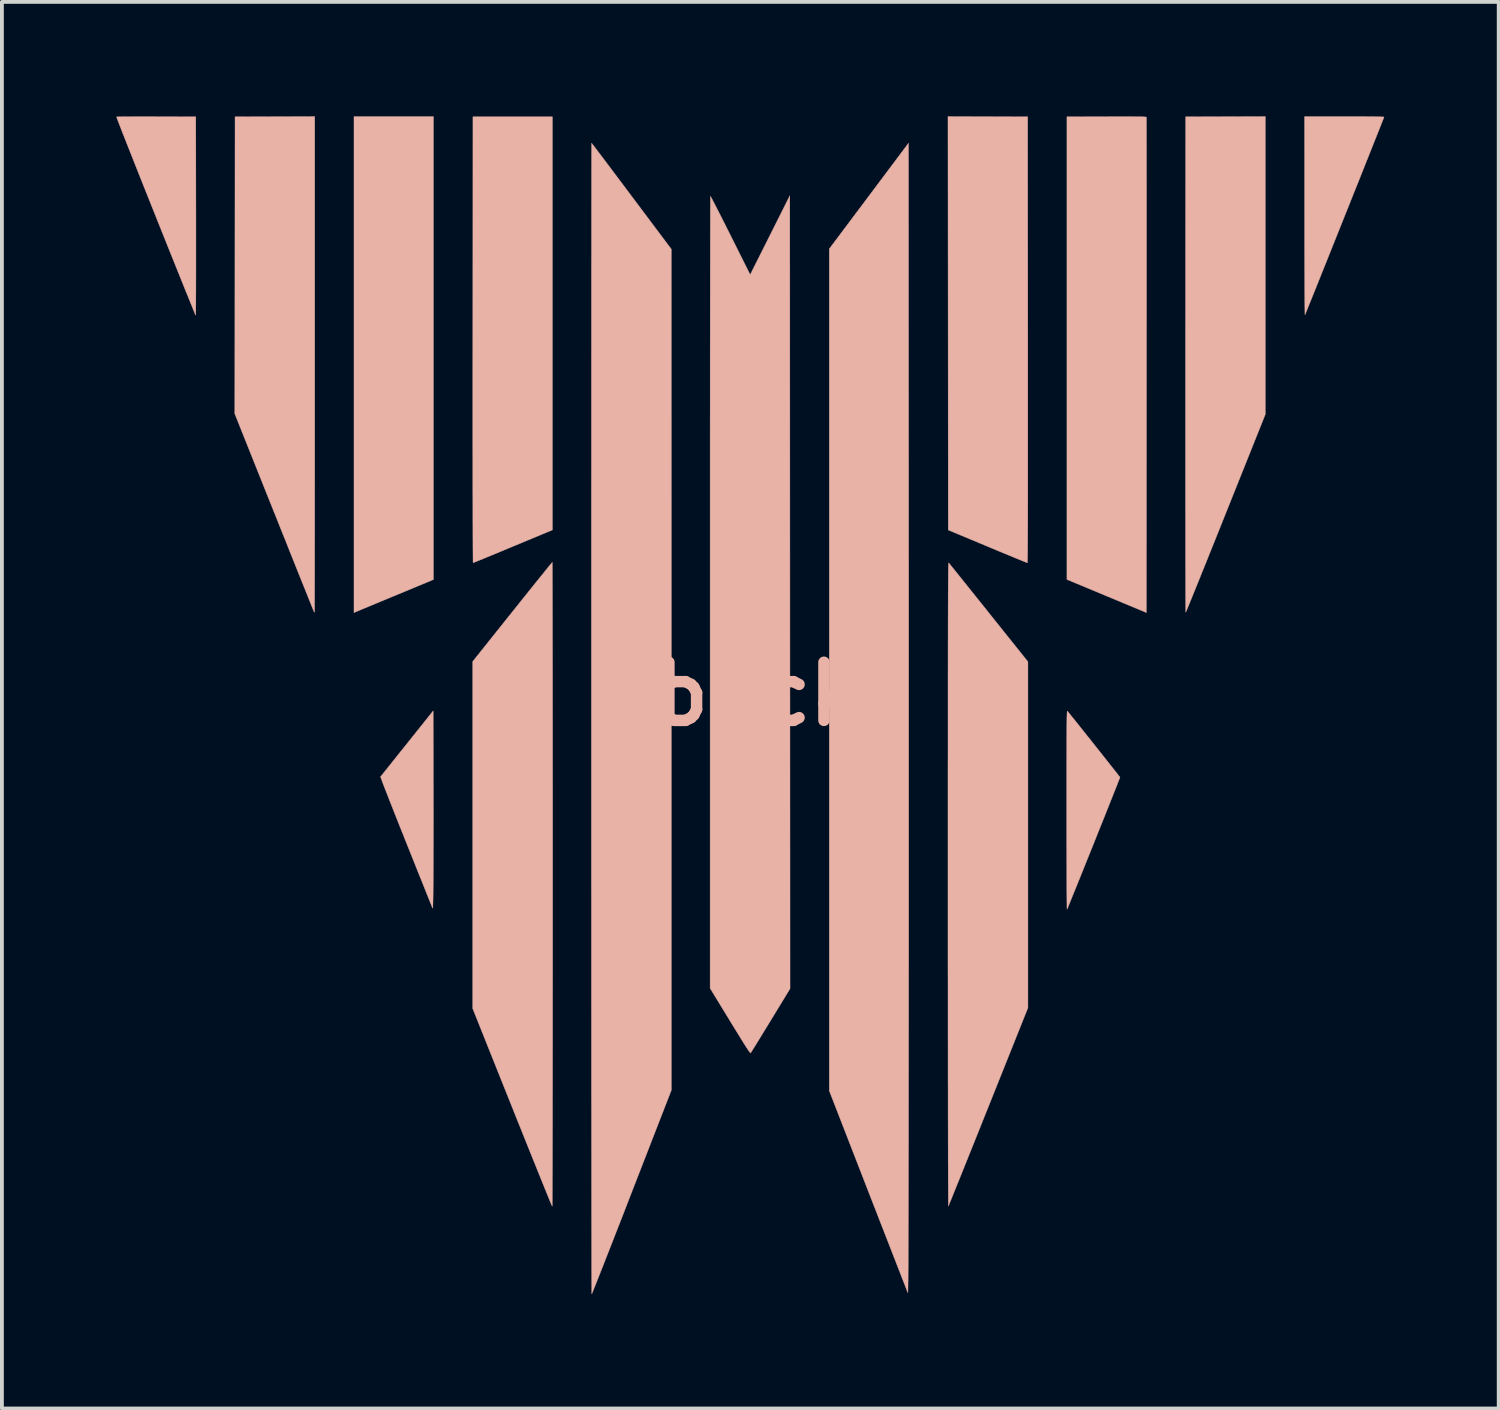
<source format=kicad_pcb>
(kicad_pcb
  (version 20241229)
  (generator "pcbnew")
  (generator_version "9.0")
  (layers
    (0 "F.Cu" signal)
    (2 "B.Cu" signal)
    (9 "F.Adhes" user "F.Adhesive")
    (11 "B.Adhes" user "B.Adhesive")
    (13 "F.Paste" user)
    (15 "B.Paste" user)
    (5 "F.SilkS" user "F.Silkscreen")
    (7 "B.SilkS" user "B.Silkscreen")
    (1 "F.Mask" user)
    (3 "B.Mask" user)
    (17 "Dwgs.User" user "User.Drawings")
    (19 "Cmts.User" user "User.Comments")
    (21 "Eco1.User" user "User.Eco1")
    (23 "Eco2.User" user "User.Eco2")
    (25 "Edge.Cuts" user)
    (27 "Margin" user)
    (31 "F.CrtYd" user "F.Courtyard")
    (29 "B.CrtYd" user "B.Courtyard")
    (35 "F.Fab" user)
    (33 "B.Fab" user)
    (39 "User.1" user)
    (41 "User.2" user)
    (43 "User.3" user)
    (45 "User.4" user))
  (footprint "back"
    (layer "F.Cu")
    (at 16.77 15.144)
    (property "Reference" "back" (at 0 0 0) (layer "B.SilkS") (effects (font (size 1.524 1.524) (thickness 0.3))))
    (attr through_hole)
    (fp_poly (pts (xy -8.458 -3.002) (xy -9.401 -2.61) (xy -9.551 -2.548) (xy -9.695 -2.488) (xy -9.833 -2.431) (xy -9.962 -2.377) (xy -10.08 -2.328) (xy -10.185 -2.284) (xy -10.275 -2.247) (xy -10.349 -2.216) (xy -10.403 -2.193) (xy -10.437 -2.179) (xy -10.443 -2.177) (xy -10.541 -2.135) (xy -10.541 -15.138) (xy -8.458 -15.138) (xy -8.458 -3.002)) (stroke (width 0.01) (type solid)) (fill yes) (layer "B.SilkS"))
    (fp_poly (pts (xy -5.34 -4.302) (xy -6.374 -3.872) (xy -6.528 -3.808) (xy -6.675 -3.747) (xy -6.813 -3.689) (xy -6.942 -3.636) (xy -7.059 -3.588) (xy -7.162 -3.545) (xy -7.251 -3.509) (xy -7.322 -3.48) (xy -7.375 -3.459) (xy -7.408 -3.446) (xy -7.419 -3.442) (xy -7.419 -3.454) (xy -7.42 -3.491) (xy -7.421 -3.553) (xy -7.421 -3.637) (xy -7.422 -3.744) (xy -7.423 -3.872) (xy -7.423 -4.021) (xy -7.424 -4.19) (xy -7.424 -4.379) (xy -7.425 -4.586) (xy -7.425 -4.812) (xy -7.425 -5.054) (xy -7.426 -5.313) (xy -7.426 -5.587) (xy -7.426 -5.877) (xy -7.426 -6.18) (xy -7.427 -6.497) (xy -7.427 -6.826) (xy -7.427 -7.168) (xy -7.427 -7.52) (xy -7.427 -7.883) (xy -7.427 -8.255) (xy -7.427 -8.637) (xy -7.426 -9.026) (xy -7.426 -9.287) (xy -7.423 -15.132) (xy -5.34 -15.132) (xy -5.34 -4.302)) (stroke (width 0.01) (type solid)) (fill yes) (layer "B.SilkS"))
    (fp_poly (pts (xy 7.118 -15.132) (xy 7.122 -9.287) (xy 7.122 -8.812) (xy 7.122 -8.362) (xy 7.122 -7.936) (xy 7.122 -7.534) (xy 7.122 -7.155) (xy 7.122 -6.798) (xy 7.122 -6.463) (xy 7.122 -6.149) (xy 7.122 -5.857) (xy 7.122 -5.584) (xy 7.122 -5.331) (xy 7.122 -5.096) (xy 7.121 -4.88) (xy 7.121 -4.682) (xy 7.121 -4.501) (xy 7.12 -4.337) (xy 7.12 -4.188) (xy 7.119 -4.055) (xy 7.118 -3.937) (xy 7.118 -3.833) (xy 7.117 -3.743) (xy 7.116 -3.666) (xy 7.115 -3.601) (xy 7.114 -3.549) (xy 7.113 -3.507) (xy 7.112 -3.476) (xy 7.111 -3.456) (xy 7.11 -3.444) (xy 7.109 -3.442) (xy 7.095 -3.447) (xy 7.059 -3.461) (xy 7.004 -3.483) (xy 6.93 -3.513) (xy 6.839 -3.55) (xy 6.734 -3.594) (xy 6.616 -3.643) (xy 6.486 -3.696) (xy 6.346 -3.754) (xy 6.198 -3.816) (xy 6.064 -3.872) (xy 5.036 -4.301) (xy 5.029 -15.139) (xy 7.118 -15.132)) (stroke (width 0.01) (type solid)) (fill yes) (layer "B.SilkS"))
    (fp_poly (pts (xy 9.822 -15.136) (xy 9.928 -15.135) (xy 10.016 -15.135) (xy 10.086 -15.134) (xy 10.141 -15.132) (xy 10.181 -15.13) (xy 10.209 -15.128) (xy 10.225 -15.126) (xy 10.23 -15.123) (xy 10.231 -15.109) (xy 10.231 -15.071) (xy 10.231 -15.009) (xy 10.232 -14.923) (xy 10.232 -14.816) (xy 10.232 -14.687) (xy 10.232 -14.536) (xy 10.233 -14.366) (xy 10.233 -14.177) (xy 10.233 -13.968) (xy 10.233 -13.742) (xy 10.233 -13.499) (xy 10.234 -13.24) (xy 10.234 -12.965) (xy 10.234 -12.675) (xy 10.234 -12.371) (xy 10.234 -12.053) (xy 10.234 -11.724) (xy 10.234 -11.382) (xy 10.234 -11.029) (xy 10.234 -10.666) (xy 10.234 -10.293) (xy 10.234 -9.912) (xy 10.233 -9.523) (xy 10.233 -9.126) (xy 10.233 -8.723) (xy 10.233 -8.621) (xy 10.23 -2.136) (xy 9.188 -2.57) (xy 8.147 -3.004) (xy 8.147 -15.132) (xy 9.186 -15.135) (xy 9.379 -15.136) (xy 9.549 -15.136) (xy 9.696 -15.136) (xy 9.822 -15.136)) (stroke (width 0.01) (type solid)) (fill yes) (layer "B.SilkS"))
    (fp_poly (pts (xy 13.348 -7.334) (xy 12.31 -4.74) (xy 12.212 -4.495) (xy 12.116 -4.255) (xy 12.023 -4.023) (xy 11.933 -3.8) (xy 11.847 -3.586) (xy 11.766 -3.383) (xy 11.688 -3.191) (xy 11.616 -3.012) (xy 11.549 -2.846) (xy 11.488 -2.696) (xy 11.434 -2.561) (xy 11.386 -2.444) (xy 11.345 -2.344) (xy 11.312 -2.263) (xy 11.287 -2.203) (xy 11.271 -2.164) (xy 11.263 -2.147) (xy 11.262 -2.146) (xy 11.262 -2.159) (xy 11.261 -2.196) (xy 11.261 -2.257) (xy 11.26 -2.341) (xy 11.259 -2.448) (xy 11.259 -2.576) (xy 11.258 -2.726) (xy 11.258 -2.895) (xy 11.258 -3.084) (xy 11.257 -3.291) (xy 11.257 -3.516) (xy 11.256 -3.759) (xy 11.256 -4.017) (xy 11.256 -4.292) (xy 11.256 -4.581) (xy 11.255 -4.884) (xy 11.255 -5.201) (xy 11.255 -5.53) (xy 11.255 -5.871) (xy 11.255 -6.224) (xy 11.255 -6.586) (xy 11.255 -6.959) (xy 11.255 -7.34) (xy 11.255 -7.729) (xy 11.255 -8.126) (xy 11.255 -8.529) (xy 11.255 -8.639) (xy 11.259 -15.132) (xy 13.348 -15.139) (xy 13.348 -7.334)) (stroke (width 0.01) (type solid)) (fill yes) (layer "B.SilkS"))
    (fp_poly (pts (xy -11.57 -8.642) (xy -11.57 -8.237) (xy -11.57 -7.839) (xy -11.57 -7.448) (xy -11.57 -7.064) (xy -11.57 -6.689) (xy -11.57 -6.324) (xy -11.57 -5.968) (xy -11.57 -5.624) (xy -11.571 -5.291) (xy -11.571 -4.971) (xy -11.571 -4.664) (xy -11.571 -4.371) (xy -11.571 -4.092) (xy -11.572 -3.829) (xy -11.572 -3.582) (xy -11.572 -3.352) (xy -11.572 -3.139) (xy -11.573 -2.945) (xy -11.573 -2.771) (xy -11.573 -2.616) (xy -11.574 -2.482) (xy -11.574 -2.369) (xy -11.574 -2.278) (xy -11.575 -2.211) (xy -11.575 -2.167) (xy -11.576 -2.147) (xy -11.576 -2.146) (xy -11.585 -2.156) (xy -11.593 -2.169) (xy -11.598 -2.182) (xy -11.613 -2.219) (xy -11.636 -2.276) (xy -11.668 -2.354) (xy -11.707 -2.452) (xy -11.753 -2.567) (xy -11.806 -2.7) (xy -11.866 -2.848) (xy -11.932 -3.012) (xy -12.003 -3.189) (xy -12.079 -3.379) (xy -12.16 -3.581) (xy -12.245 -3.794) (xy -12.333 -4.016) (xy -12.426 -4.247) (xy -12.521 -4.484) (xy -12.618 -4.729) (xy -12.635 -4.769) (xy -13.665 -7.347) (xy -13.659 -15.132) (xy -11.57 -15.139) (xy -11.57 -8.642)) (stroke (width 0.01) (type solid)) (fill yes) (layer "B.SilkS"))
    (fp_poly (pts (xy -8.461 1.745) (xy -8.461 2.095) (xy -8.46 2.433) (xy -8.46 2.758) (xy -8.459 3.069) (xy -8.459 3.366) (xy -8.46 3.648) (xy -8.46 3.914) (xy -8.461 4.163) (xy -8.461 4.395) (xy -8.462 4.609) (xy -8.463 4.805) (xy -8.464 4.981) (xy -8.466 5.137) (xy -8.467 5.272) (xy -8.469 5.386) (xy -8.471 5.478) (xy -8.473 5.547) (xy -8.475 5.592) (xy -8.478 5.613) (xy -8.479 5.613) (xy -8.485 5.598) (xy -8.501 5.561) (xy -8.524 5.502) (xy -8.556 5.424) (xy -8.594 5.328) (xy -8.64 5.215) (xy -8.691 5.086) (xy -8.748 4.944) (xy -8.811 4.788) (xy -8.878 4.621) (xy -8.949 4.444) (xy -9.023 4.258) (xy -9.1 4.065) (xy -9.174 3.881) (xy -9.262 3.66) (xy -9.346 3.451) (xy -9.424 3.254) (xy -9.497 3.069) (xy -9.564 2.899) (xy -9.625 2.744) (xy -9.679 2.605) (xy -9.727 2.484) (xy -9.767 2.38) (xy -9.799 2.296) (xy -9.822 2.232) (xy -9.838 2.189) (xy -9.844 2.168) (xy -9.844 2.166) (xy -9.835 2.154) (xy -9.811 2.124) (xy -9.773 2.077) (xy -9.723 2.015) (xy -9.662 1.938) (xy -9.591 1.849) (xy -9.511 1.749) (xy -9.423 1.639) (xy -9.329 1.521) (xy -9.229 1.397) (xy -9.149 1.296) (xy -8.465 0.44) (xy -8.461 1.745)) (stroke (width 0.01) (type solid)) (fill yes) (layer "B.SilkS"))
    (fp_poly (pts (xy -15.955 -15.136) (xy -15.799 -15.136) (xy -15.722 -15.135) (xy -14.688 -15.132) (xy -14.684 -12.532) (xy -14.684 -12.277) (xy -14.684 -12.028) (xy -14.684 -11.788) (xy -14.684 -11.557) (xy -14.684 -11.337) (xy -14.684 -11.128) (xy -14.684 -10.932) (xy -14.685 -10.749) (xy -14.685 -10.582) (xy -14.686 -10.431) (xy -14.686 -10.298) (xy -14.687 -10.184) (xy -14.688 -10.089) (xy -14.688 -10.016) (xy -14.689 -9.964) (xy -14.69 -9.937) (xy -14.691 -9.932) (xy -14.696 -9.943) (xy -14.711 -9.977) (xy -14.734 -10.033) (xy -14.765 -10.109) (xy -14.804 -10.204) (xy -14.85 -10.318) (xy -14.903 -10.449) (xy -14.963 -10.596) (xy -15.028 -10.758) (xy -15.099 -10.934) (xy -15.175 -11.123) (xy -15.256 -11.324) (xy -15.341 -11.535) (xy -15.43 -11.757) (xy -15.522 -11.987) (xy -15.617 -12.224) (xy -15.715 -12.469) (xy -15.737 -12.526) (xy -15.836 -12.771) (xy -15.931 -13.011) (xy -16.024 -13.243) (xy -16.113 -13.467) (xy -16.198 -13.681) (xy -16.279 -13.885) (xy -16.355 -14.077) (xy -16.426 -14.257) (xy -16.492 -14.423) (xy -16.551 -14.574) (xy -16.605 -14.709) (xy -16.651 -14.827) (xy -16.69 -14.928) (xy -16.721 -15.009) (xy -16.745 -15.07) (xy -16.759 -15.11) (xy -16.765 -15.128) (xy -16.765 -15.129) (xy -16.752 -15.13) (xy -16.714 -15.132) (xy -16.655 -15.133) (xy -16.577 -15.134) (xy -16.48 -15.135) (xy -16.368 -15.135) (xy -16.242 -15.136) (xy -16.104 -15.136) (xy -15.955 -15.136)) (stroke (width 0.01) (type solid)) (fill yes) (layer "B.SilkS"))
    (fp_poly (pts (xy 15.63 -15.138) (xy 15.819 -15.138) (xy 15.983 -15.137) (xy 16.124 -15.136) (xy 16.24 -15.135) (xy 16.332 -15.133) (xy 16.399 -15.131) (xy 16.442 -15.129) (xy 16.459 -15.126) (xy 16.459 -15.126) (xy 16.455 -15.113) (xy 16.441 -15.078) (xy 16.419 -15.022) (xy 16.389 -14.946) (xy 16.352 -14.852) (xy 16.308 -14.741) (xy 16.257 -14.614) (xy 16.201 -14.473) (xy 16.14 -14.319) (xy 16.074 -14.153) (xy 16.003 -13.976) (xy 15.929 -13.79) (xy 15.852 -13.596) (xy 15.772 -13.395) (xy 15.689 -13.189) (xy 15.605 -12.979) (xy 15.521 -12.767) (xy 15.435 -12.553) (xy 15.349 -12.338) (xy 15.264 -12.125) (xy 15.18 -11.915) (xy 15.097 -11.708) (xy 15.017 -11.507) (xy 14.939 -11.312) (xy 14.863 -11.124) (xy 14.792 -10.946) (xy 14.725 -10.778) (xy 14.662 -10.621) (xy 14.604 -10.478) (xy 14.552 -10.348) (xy 14.506 -10.235) (xy 14.467 -10.138) (xy 14.435 -10.059) (xy 14.411 -10) (xy 14.396 -9.961) (xy 14.388 -9.945) (xy 14.388 -9.944) (xy 14.387 -9.955) (xy 14.386 -9.99) (xy 14.385 -10.048) (xy 14.384 -10.128) (xy 14.383 -10.23) (xy 14.382 -10.353) (xy 14.381 -10.494) (xy 14.38 -10.654) (xy 14.38 -10.831) (xy 14.379 -11.024) (xy 14.378 -11.233) (xy 14.378 -11.456) (xy 14.377 -11.692) (xy 14.377 -11.94) (xy 14.377 -12.199) (xy 14.377 -12.469) (xy 14.377 -12.532) (xy 14.376 -15.138) (xy 15.418 -15.138) (xy 15.63 -15.138)) (stroke (width 0.01) (type solid)) (fill yes) (layer "B.SilkS"))
    (fp_poly (pts (xy 3.997 -6.895) (xy 3.998 -5.929) (xy 3.998 -4.982) (xy 3.998 -4.054) (xy 3.999 -3.146) (xy 3.999 -2.257) (xy 3.999 -1.387) (xy 3.999 -0.537) (xy 3.999 0.293) (xy 3.999 1.103) (xy 3.999 1.893) (xy 3.999 2.662) (xy 3.999 3.411) (xy 3.999 4.14) (xy 3.999 4.847) (xy 3.999 5.534) (xy 3.999 6.2) (xy 3.999 6.844) (xy 3.998 7.468) (xy 3.998 8.069) (xy 3.998 8.649) (xy 3.997 9.208) (xy 3.997 9.744) (xy 3.996 10.258) (xy 3.996 10.75) (xy 3.995 11.22) (xy 3.995 11.667) (xy 3.994 12.091) (xy 3.993 12.493) (xy 3.993 12.872) (xy 3.992 13.227) (xy 3.991 13.559) (xy 3.99 13.868) (xy 3.989 14.153) (xy 3.989 14.414) (xy 3.988 14.652) (xy 3.987 14.865) (xy 3.986 15.055) (xy 3.985 15.22) (xy 3.984 15.36) (xy 3.982 15.476) (xy 3.981 15.567) (xy 3.98 15.634) (xy 3.979 15.675) (xy 3.978 15.691) (xy 3.977 15.691) (xy 3.971 15.676) (xy 3.956 15.638) (xy 3.933 15.578) (xy 3.902 15.498) (xy 3.863 15.399) (xy 3.817 15.282) (xy 3.765 15.147) (xy 3.706 14.997) (xy 3.642 14.831) (xy 3.572 14.652) (xy 3.497 14.459) (xy 3.417 14.255) (xy 3.334 14.04) (xy 3.246 13.816) (xy 3.156 13.583) (xy 3.062 13.343) (xy 2.966 13.096) (xy 2.939 13.026) (xy 1.918 10.399) (xy 1.918 -11.671) (xy 3.994 -14.44) (xy 3.997 -6.895)) (stroke (width 0.01) (type solid)) (fill yes) (layer "B.SilkS"))
    (fp_poly (pts (xy 0.886 -2.67) (xy 0.889 7.722) (xy 0.38 8.557) (xy 0.299 8.69) (xy 0.221 8.816) (xy 0.148 8.935) (xy 0.081 9.045) (xy 0.021 9.143) (xy -0.032 9.229) (xy -0.076 9.299) (xy -0.11 9.354) (xy -0.133 9.39) (xy -0.144 9.407) (xy -0.145 9.407) (xy -0.15 9.406) (xy -0.161 9.395) (xy -0.178 9.372) (xy -0.203 9.338) (xy -0.234 9.29) (xy -0.275 9.227) (xy -0.324 9.15) (xy -0.383 9.055) (xy -0.452 8.943) (xy -0.533 8.811) (xy -0.626 8.66) (xy -0.683 8.567) (xy -1.206 7.71) (xy -1.206 -2.664) (xy -1.206 -3.177) (xy -1.206 -3.683) (xy -1.206 -4.183) (xy -1.206 -4.675) (xy -1.206 -5.159) (xy -1.206 -5.635) (xy -1.206 -6.101) (xy -1.206 -6.558) (xy -1.206 -7.004) (xy -1.205 -7.439) (xy -1.205 -7.863) (xy -1.205 -8.274) (xy -1.205 -8.673) (xy -1.205 -9.058) (xy -1.204 -9.429) (xy -1.204 -9.786) (xy -1.204 -10.128) (xy -1.203 -10.454) (xy -1.203 -10.763) (xy -1.203 -11.056) (xy -1.202 -11.331) (xy -1.202 -11.588) (xy -1.202 -11.826) (xy -1.201 -12.045) (xy -1.201 -12.244) (xy -1.2 -12.422) (xy -1.2 -12.58) (xy -1.2 -12.715) (xy -1.199 -12.829) (xy -1.199 -12.919) (xy -1.198 -12.986) (xy -1.198 -13.029) (xy -1.197 -13.047) (xy -1.197 -13.048) (xy -1.19 -13.038) (xy -1.173 -13.007) (xy -1.146 -12.957) (xy -1.11 -12.888) (xy -1.066 -12.803) (xy -1.015 -12.703) (xy -0.957 -12.59) (xy -0.894 -12.466) (xy -0.826 -12.331) (xy -0.754 -12.187) (xy -0.678 -12.037) (xy -0.672 -12.024) (xy -0.156 -10.992) (xy 0.364 -12.027) (xy 0.883 -13.062) (xy 0.886 -2.67)) (stroke (width 0.01) (type solid)) (fill yes) (layer "B.SilkS"))
    (fp_poly (pts (xy 8.172 0.46) (xy 8.199 0.494) (xy 8.238 0.543) (xy 8.289 0.606) (xy 8.35 0.682) (xy 8.419 0.768) (xy 8.495 0.863) (xy 8.577 0.966) (xy 8.663 1.074) (xy 8.752 1.185) (xy 8.842 1.299) (xy 8.932 1.413) (xy 9.022 1.525) (xy 9.108 1.634) (xy 9.19 1.738) (xy 9.267 1.835) (xy 9.337 1.924) (xy 9.399 2.002) (xy 9.451 2.068) (xy 9.492 2.121) (xy 9.521 2.158) (xy 9.536 2.178) (xy 9.538 2.181) (xy 9.533 2.195) (xy 9.52 2.23) (xy 9.498 2.286) (xy 9.469 2.36) (xy 9.433 2.452) (xy 9.39 2.559) (xy 9.342 2.68) (xy 9.289 2.813) (xy 9.232 2.957) (xy 9.171 3.11) (xy 9.107 3.271) (xy 9.04 3.437) (xy 8.971 3.608) (xy 8.902 3.782) (xy 8.832 3.957) (xy 8.762 4.131) (xy 8.692 4.303) (xy 8.625 4.472) (xy 8.559 4.636) (xy 8.496 4.792) (xy 8.436 4.941) (xy 8.38 5.079) (xy 8.328 5.206) (xy 8.282 5.32) (xy 8.242 5.419) (xy 8.208 5.501) (xy 8.182 5.566) (xy 8.163 5.611) (xy 8.152 5.635) (xy 8.15 5.639) (xy 8.149 5.626) (xy 8.148 5.589) (xy 8.148 5.53) (xy 8.147 5.448) (xy 8.146 5.346) (xy 8.145 5.224) (xy 8.144 5.084) (xy 8.144 4.927) (xy 8.143 4.754) (xy 8.143 4.567) (xy 8.142 4.365) (xy 8.142 4.152) (xy 8.141 3.927) (xy 8.141 3.692) (xy 8.141 3.449) (xy 8.141 3.198) (xy 8.141 3.033) (xy 8.141 2.725) (xy 8.141 2.443) (xy 8.141 2.184) (xy 8.141 1.947) (xy 8.141 1.732) (xy 8.142 1.537) (xy 8.142 1.363) (xy 8.142 1.207) (xy 8.143 1.068) (xy 8.144 0.947) (xy 8.144 0.841) (xy 8.145 0.75) (xy 8.146 0.673) (xy 8.147 0.609) (xy 8.148 0.558) (xy 8.15 0.517) (xy 8.151 0.486) (xy 8.153 0.465) (xy 8.155 0.451) (xy 8.157 0.445) (xy 8.158 0.445) (xy 8.172 0.46)) (stroke (width 0.01) (type solid)) (fill yes) (layer "B.SilkS"))
    (fp_poly (pts (xy -5.343 -3.441) (xy -5.342 -3.404) (xy -5.342 -3.343) (xy -5.341 -3.258) (xy -5.341 -3.15) (xy -5.341 -3.021) (xy -5.34 -2.869) (xy -5.34 -2.698) (xy -5.339 -2.505) (xy -5.339 -2.294) (xy -5.338 -2.064) (xy -5.338 -1.815) (xy -5.338 -1.549) (xy -5.337 -1.267) (xy -5.337 -0.968) (xy -5.336 -0.653) (xy -5.336 -0.324) (xy -5.336 0.019) (xy -5.336 0.376) (xy -5.335 0.746) (xy -5.335 1.128) (xy -5.335 1.522) (xy -5.335 1.926) (xy -5.334 2.341) (xy -5.334 2.765) (xy -5.334 3.199) (xy -5.334 3.64) (xy -5.334 4.089) (xy -5.334 4.545) (xy -5.334 4.985) (xy -5.334 5.504) (xy -5.334 6.011) (xy -5.334 6.505) (xy -5.334 6.987) (xy -5.334 7.455) (xy -5.335 7.91) (xy -5.335 8.35) (xy -5.335 8.776) (xy -5.335 9.186) (xy -5.336 9.581) (xy -5.336 9.959) (xy -5.336 10.32) (xy -5.337 10.664) (xy -5.337 10.991) (xy -5.337 11.299) (xy -5.338 11.588) (xy -5.338 11.858) (xy -5.339 12.109) (xy -5.339 12.339) (xy -5.34 12.549) (xy -5.341 12.737) (xy -5.341 12.903) (xy -5.342 13.048) (xy -5.342 13.17) (xy -5.343 13.268) (xy -5.344 13.343) (xy -5.344 13.394) (xy -5.345 13.42) (xy -5.345 13.424) (xy -5.351 13.412) (xy -5.366 13.378) (xy -5.389 13.323) (xy -5.421 13.247) (xy -5.46 13.151) (xy -5.506 13.038) (xy -5.559 12.907) (xy -5.619 12.76) (xy -5.684 12.598) (xy -5.755 12.422) (xy -5.831 12.233) (xy -5.912 12.032) (xy -5.997 11.821) (xy -6.086 11.599) (xy -6.178 11.369) (xy -6.274 11.132) (xy -6.371 10.887) (xy -6.393 10.833) (xy -7.429 8.242) (xy -7.429 -0.854) (xy -6.391 -2.154) (xy -6.264 -2.312) (xy -6.142 -2.466) (xy -6.024 -2.612) (xy -5.913 -2.751) (xy -5.809 -2.881) (xy -5.713 -3) (xy -5.625 -3.108) (xy -5.548 -3.204) (xy -5.482 -3.286) (xy -5.428 -3.353) (xy -5.386 -3.404) (xy -5.358 -3.437) (xy -5.345 -3.453) (xy -5.344 -3.454) (xy -5.343 -3.441)) (stroke (width 0.01) (type solid)) (fill yes) (layer "B.SilkS"))
    (fp_poly (pts (xy 5.047 -3.441) (xy 5.057 -3.429) (xy 5.082 -3.399) (xy 5.121 -3.35) (xy 5.173 -3.286) (xy 5.237 -3.206) (xy 5.312 -3.113) (xy 5.397 -3.007) (xy 5.492 -2.889) (xy 5.594 -2.761) (xy 5.704 -2.624) (xy 5.82 -2.479) (xy 5.942 -2.327) (xy 6.068 -2.17) (xy 6.095 -2.135) (xy 7.125 -0.848) (xy 7.125 8.223) (xy 6.089 10.814) (xy 5.99 11.06) (xy 5.895 11.299) (xy 5.802 11.531) (xy 5.712 11.755) (xy 5.626 11.969) (xy 5.544 12.173) (xy 5.467 12.365) (xy 5.395 12.545) (xy 5.328 12.711) (xy 5.267 12.862) (xy 5.212 12.997) (xy 5.164 13.116) (xy 5.124 13.216) (xy 5.091 13.297) (xy 5.066 13.359) (xy 5.049 13.399) (xy 5.041 13.416) (xy 5.041 13.417) (xy 5.04 13.405) (xy 5.039 13.368) (xy 5.039 13.307) (xy 5.038 13.221) (xy 5.037 13.112) (xy 5.037 12.979) (xy 5.036 12.824) (xy 5.035 12.645) (xy 5.035 12.445) (xy 5.034 12.223) (xy 5.034 11.98) (xy 5.033 11.716) (xy 5.033 11.431) (xy 5.032 11.126) (xy 5.032 10.802) (xy 5.032 10.459) (xy 5.031 10.096) (xy 5.031 9.715) (xy 5.031 9.316) (xy 5.03 8.9) (xy 5.03 8.466) (xy 5.03 8.016) (xy 5.03 7.549) (xy 5.029 7.066) (xy 5.029 6.568) (xy 5.029 6.055) (xy 5.029 5.527) (xy 5.029 4.985) (xy 5.029 4.423) (xy 5.029 3.887) (xy 5.029 3.375) (xy 5.029 2.886) (xy 5.029 2.421) (xy 5.029 1.979) (xy 5.03 1.558) (xy 5.03 1.16) (xy 5.03 0.782) (xy 5.03 0.425) (xy 5.03 0.088) (xy 5.03 -0.23) (xy 5.03 -0.529) (xy 5.031 -0.809) (xy 5.031 -1.072) (xy 5.031 -1.317) (xy 5.032 -1.546) (xy 5.032 -1.758) (xy 5.032 -1.955) (xy 5.033 -2.136) (xy 5.033 -2.303) (xy 5.034 -2.457) (xy 5.034 -2.596) (xy 5.035 -2.723) (xy 5.035 -2.837) (xy 5.036 -2.94) (xy 5.037 -3.031) (xy 5.037 -3.111) (xy 5.038 -3.181) (xy 5.039 -3.242) (xy 5.04 -3.293) (xy 5.041 -3.336) (xy 5.042 -3.37) (xy 5.043 -3.397) (xy 5.044 -3.417) (xy 5.045 -3.431) (xy 5.046 -3.439) (xy 5.047 -3.441) (xy 5.047 -3.441)) (stroke (width 0.01) (type solid)) (fill yes) (layer "B.SilkS"))
    (fp_poly (pts (xy -4.303 -14.43) (xy -4.281 -14.401) (xy -4.245 -14.354) (xy -4.196 -14.29) (xy -4.136 -14.21) (xy -4.065 -14.116) (xy -3.983 -14.008) (xy -3.893 -13.889) (xy -3.795 -13.758) (xy -3.689 -13.617) (xy -3.577 -13.468) (xy -3.459 -13.311) (xy -3.337 -13.148) (xy -3.264 -13.051) (xy -2.223 -11.663) (xy -2.222 -0.64) (xy -2.222 10.382) (xy -3.26 13.052) (xy -3.357 13.302) (xy -3.451 13.546) (xy -3.543 13.782) (xy -3.632 14.009) (xy -3.717 14.227) (xy -3.798 14.435) (xy -3.875 14.631) (xy -3.947 14.814) (xy -4.013 14.984) (xy -4.074 15.138) (xy -4.129 15.277) (xy -4.177 15.4) (xy -4.219 15.504) (xy -4.253 15.589) (xy -4.279 15.654) (xy -4.297 15.698) (xy -4.306 15.72) (xy -4.308 15.723) (xy -4.308 15.71) (xy -4.309 15.672) (xy -4.309 15.611) (xy -4.309 15.525) (xy -4.31 15.415) (xy -4.31 15.283) (xy -4.311 15.129) (xy -4.311 14.952) (xy -4.311 14.754) (xy -4.312 14.535) (xy -4.312 14.295) (xy -4.312 14.036) (xy -4.313 13.757) (xy -4.313 13.459) (xy -4.313 13.143) (xy -4.314 12.808) (xy -4.314 12.456) (xy -4.314 12.087) (xy -4.315 11.702) (xy -4.315 11.3) (xy -4.315 10.883) (xy -4.316 10.451) (xy -4.316 10.005) (xy -4.316 9.544) (xy -4.316 9.07) (xy -4.316 8.583) (xy -4.317 8.083) (xy -4.317 7.571) (xy -4.317 7.048) (xy -4.317 6.513) (xy -4.317 5.968) (xy -4.317 5.412) (xy -4.318 4.848) (xy -4.318 4.274) (xy -4.318 3.691) (xy -4.318 3.1) (xy -4.318 2.502) (xy -4.318 1.896) (xy -4.318 1.284) (xy -4.318 0.666) (xy -4.318 0.641) (xy -4.318 0.023) (xy -4.318 -0.59) (xy -4.318 -1.196) (xy -4.318 -1.794) (xy -4.318 -2.385) (xy -4.318 -2.968) (xy -4.318 -3.543) (xy -4.318 -4.108) (xy -4.318 -4.664) (xy -4.318 -5.209) (xy -4.317 -5.744) (xy -4.317 -6.268) (xy -4.317 -6.78) (xy -4.317 -7.281) (xy -4.317 -7.769) (xy -4.317 -8.243) (xy -4.317 -8.704) (xy -4.316 -9.152) (xy -4.316 -9.584) (xy -4.316 -10.002) (xy -4.316 -10.404) (xy -4.316 -10.79) (xy -4.316 -11.16) (xy -4.315 -11.512) (xy -4.315 -11.847) (xy -4.315 -12.164) (xy -4.315 -12.463) (xy -4.315 -12.743) (xy -4.314 -13.003) (xy -4.314 -13.243) (xy -4.314 -13.463) (xy -4.314 -13.662) (xy -4.313 -13.839) (xy -4.313 -13.995) (xy -4.313 -14.128) (xy -4.313 -14.238) (xy -4.312 -14.325) (xy -4.312 -14.388) (xy -4.312 -14.426) (xy -4.312 -14.44) (xy -4.312 -14.44) (xy -4.303 -14.43)) (stroke (width 0.01) (type solid)) (fill yes) (layer "B.SilkS")))
  (gr_rect
    (start -3 -3)
    (end 36.235 33.871)
    (stroke (width 0.1) (type default))
    (fill no)
    (layer "Edge.Cuts")))
</source>
